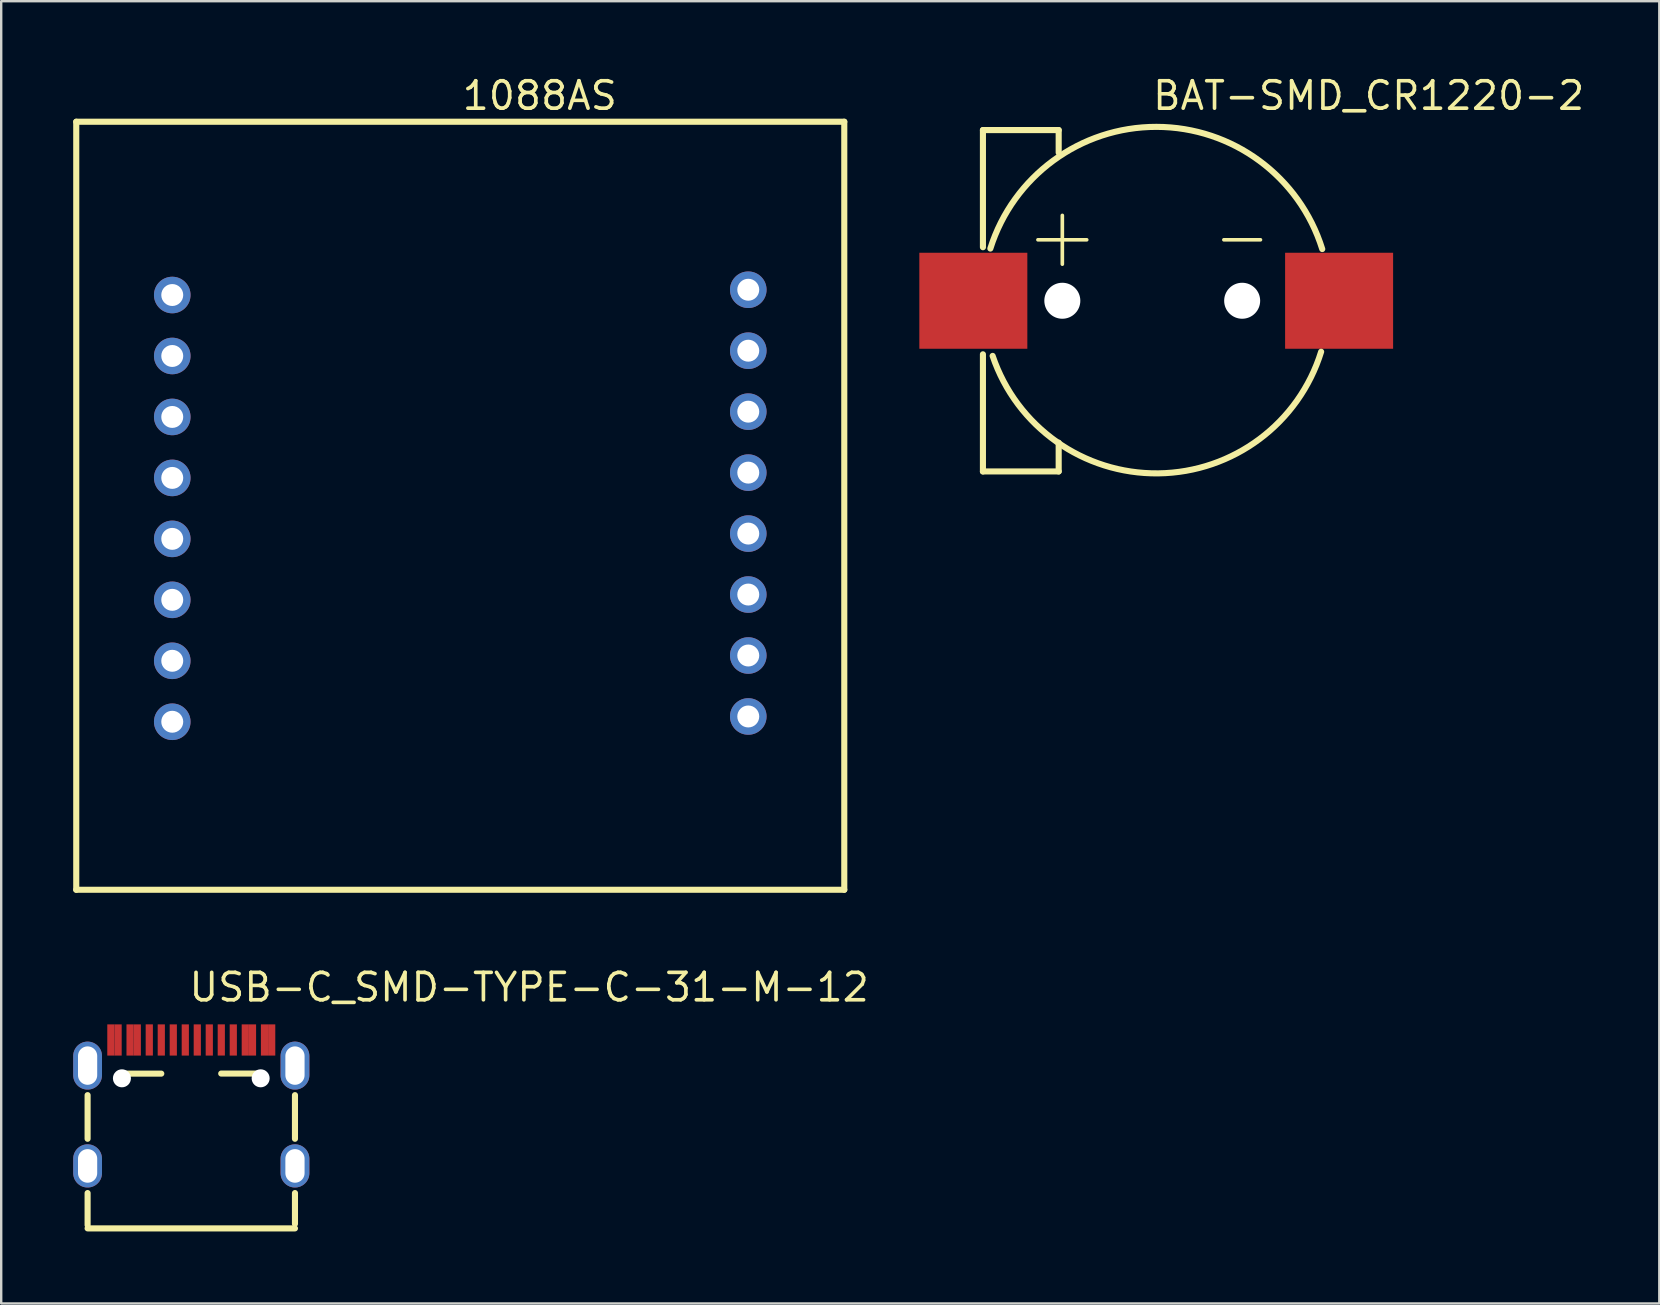
<source format=kicad_pcb>
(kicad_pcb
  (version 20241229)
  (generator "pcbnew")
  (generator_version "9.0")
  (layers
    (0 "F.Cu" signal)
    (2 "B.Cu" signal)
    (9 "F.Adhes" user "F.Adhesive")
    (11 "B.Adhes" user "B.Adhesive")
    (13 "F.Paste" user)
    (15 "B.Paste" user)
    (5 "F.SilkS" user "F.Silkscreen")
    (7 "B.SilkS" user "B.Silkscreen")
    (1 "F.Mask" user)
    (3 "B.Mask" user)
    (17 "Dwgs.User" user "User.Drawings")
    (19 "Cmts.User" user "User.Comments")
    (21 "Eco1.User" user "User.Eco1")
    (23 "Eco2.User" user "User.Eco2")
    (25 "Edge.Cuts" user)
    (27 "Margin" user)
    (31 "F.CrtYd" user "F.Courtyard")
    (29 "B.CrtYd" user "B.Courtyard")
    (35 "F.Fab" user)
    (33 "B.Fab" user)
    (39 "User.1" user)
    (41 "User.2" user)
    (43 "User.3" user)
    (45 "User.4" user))
  (footprint "BAT-SMD_CR1220-2"
    (layer "F.Cu")
    (at 45.124 9.481)
    (property "Reference" "BAT-SMD_CR1220-2" (at -0.229 -8.545 0) (layer "F.SilkS") (effects (font (size 1.143 1.143) (thickness 0.152)) (justify left)))
    (attr through_hole)
    (fp_line (start -7.22 -7.112) (end -7.22 -2.231) (stroke (width 0.254) (type solid)) (layer "F.SilkS"))
    (fp_line (start -7.22 2.231) (end -7.22 7.112) (stroke (width 0.254) (type solid)) (layer "F.SilkS"))
    (fp_line (start -7.22 7.112) (end -4.064 7.112) (stroke (width 0.254) (type solid)) (layer "F.SilkS"))
    (fp_line (start -4.928 -2.54) (end -2.896 -2.54) (stroke (width 0.152) (type solid)) (layer "F.SilkS"))
    (fp_line (start -4.064 -7.112) (end -7.22 -7.112) (stroke (width 0.254) (type solid)) (layer "F.SilkS"))
    (fp_line (start -4.064 -6.171) (end -4.064 -7.112) (stroke (width 0.254) (type solid)) (layer "F.SilkS"))
    (fp_line (start -4.064 7.112) (end -4.064 5.912) (stroke (width 0.254) (type solid)) (layer "F.SilkS"))
    (fp_line (start -3.912 -1.524) (end -3.912 -3.556) (stroke (width 0.152) (type solid)) (layer "F.SilkS"))
    (fp_line (start 2.819 -2.54) (end 4.343 -2.54) (stroke (width 0.152) (type solid)) (layer "F.SilkS"))
    (fp_arc (start -6.911035 -2.175104) (mid 0.011026 -7.245245) (end 6.917613 -2.154046) (stroke (width 0.254) (type solid)) (layer "F.SilkS"))
    (fp_arc (start 6.871487 2.123923) (mid 0.091181 7.191681) (end -6.81543 2.297455) (stroke (width 0.254) (type solid)) (layer "F.SilkS"))
    (pad "" np_thru_hole circle (at -3.912 0) (size 1.5 1.5) (drill 1.5) (layers "*.Cu" "*.Mask"))
    (pad "" np_thru_hole circle (at 3.581 0) (size 1.5 1.5) (drill 1.5) (layers "*.Cu" "*.Mask"))
    (pad "1" smd rect (at -7.62 0 180) (size 4.5 4) (layers "F.Cu" "F.Mask" "F.Paste"))
    (pad "2" smd rect (at 7.62 0 180) (size 4.5 4) (layers "F.Cu" "F.Mask" "F.Paste")))
  (footprint "USB-C_SMD-TYPE-C-31-M-12"
    (layer "F.Cu")
    (at 4.92 42.904)
    (property "Reference" "USB-C_SMD-TYPE-C-31-M-12" (at -0.175 -4.819 0) (layer "F.SilkS") (effects (font (size 1.143 1.143) (thickness 0.152)) (justify left)))
    (attr through_hole)
    (fp_line (start -4.32 1.493) (end -4.32 -0.325) (stroke (width 0.254) (type solid)) (layer "F.SilkS"))
    (fp_line (start -4.32 5.091) (end -4.32 3.755) (stroke (width 0.254) (type solid)) (layer "F.SilkS"))
    (fp_line (start -3 -1.221) (end -1.25 -1.221) (stroke (width 0.254) (type solid)) (layer "F.SilkS"))
    (fp_line (start 1.247 -1.224) (end 2.997 -1.224) (stroke (width 0.254) (type solid)) (layer "F.SilkS"))
    (fp_line (start 4.32 1.493) (end 4.32 -0.325) (stroke (width 0.254) (type solid)) (layer "F.SilkS"))
    (fp_line (start 4.32 5.04) (end 4.32 3.755) (stroke (width 0.254) (type solid)) (layer "F.SilkS"))
    (fp_line (start 4.32 5.227) (end -4.32 5.227) (stroke (width 0.254) (type solid)) (layer "F.SilkS"))
    (pad "" np_thru_hole circle (at -2.89 -1.026) (size 0.75 0.75) (drill 0.75) (layers "*.Cu" "*.Mask"))
    (pad "" np_thru_hole circle (at 2.89 -1.026) (size 0.75 0.75) (drill 0.75) (layers "*.Cu" "*.Mask"))
    (pad "0" thru_hole oval (at -4.32 -1.556) (size 1.2 2) (drill oval 0.8 1.6) (layers "*.Cu" "*.Mask"))
    (pad "0" thru_hole oval (at -4.32 2.624) (size 1.2 1.8) (drill oval 0.8 1.4) (layers "*.Cu" "*.Mask"))
    (pad "0" thru_hole oval (at 4.32 -1.556) (size 1.2 2) (drill oval 0.8 1.6) (layers "*.Cu" "*.Mask"))
    (pad "0" thru_hole oval (at 4.32 2.624) (size 1.2 1.8) (drill oval 0.8 1.4) (layers "*.Cu" "*.Mask"))
    (pad "A1" smd rect (at -3.35 -2.623) (size 0.3 1.3) (layers "F.Cu" "F.Mask" "F.Paste"))
    (pad "A4" smd rect (at -2.55 -2.623) (size 0.3 1.3) (layers "F.Cu" "F.Mask" "F.Paste"))
    (pad "A5" smd rect (at -1.25 -2.623) (size 0.3 1.3) (layers "F.Cu" "F.Mask" "F.Paste"))
    (pad "A6" smd rect (at -0.25 -2.623) (size 0.3 1.3) (layers "F.Cu" "F.Mask" "F.Paste"))
    (pad "A7" smd rect (at 0.25 -2.623) (size 0.3 1.3) (layers "F.Cu" "F.Mask" "F.Paste"))
    (pad "A8" smd rect (at 1.25 -2.624) (size 0.3 1.3) (layers "F.Cu" "F.Mask" "F.Paste"))
    (pad "A9" smd rect (at 2.55 -2.623) (size 0.3 1.3) (layers "F.Cu" "F.Mask" "F.Paste"))
    (pad "A12" smd rect (at 3.35 -2.623) (size 0.3 1.3) (layers "F.Cu" "F.Mask" "F.Paste"))
    (pad "B1" smd rect (at 3.05 -2.623) (size 0.3 1.3) (layers "F.Cu" "F.Mask" "F.Paste"))
    (pad "B4" smd rect (at 2.25 -2.623) (size 0.3 1.3) (layers "F.Cu" "F.Mask" "F.Paste"))
    (pad "B5" smd rect (at 1.75 -2.623) (size 0.3 1.3) (layers "F.Cu" "F.Mask" "F.Paste"))
    (pad "B6" smd rect (at 0.75 -2.623) (size 0.3 1.3) (layers "F.Cu" "F.Mask" "F.Paste"))
    (pad "B7" smd rect (at -0.75 -2.623) (size 0.3 1.3) (layers "F.Cu" "F.Mask" "F.Paste"))
    (pad "B8" smd rect (at -1.75 -2.624) (size 0.3 1.3) (layers "F.Cu" "F.Mask" "F.Paste"))
    (pad "B9" smd rect (at -2.25 -2.623) (size 0.3 1.3) (layers "F.Cu" "F.Mask" "F.Paste"))
    (pad "B12" smd rect (at -3.05 -2.623) (size 0.3 1.3) (layers "F.Cu" "F.Mask" "F.Paste")))
  (footprint "1088AS"
    (layer "F.Cu")
    (at 16.127 20.022)
    (property "Reference" "1088AS" (at 0 -19.086 0) (layer "F.SilkS") (effects (font (size 1.143 1.143) (thickness 0.152)) (justify left)))
    (attr through_hole)
    (fp_line (start -16 -18) (end 16 -18) (stroke (width 0.254) (type solid)) (layer "F.SilkS"))
    (fp_line (start -16 14) (end -16 -18) (stroke (width 0.254) (type solid)) (layer "F.SilkS"))
    (fp_line (start 16 -18) (end 16 14) (stroke (width 0.254) (type solid)) (layer "F.SilkS"))
    (fp_line (start 16 14) (end -16 14) (stroke (width 0.254) (type solid)) (layer "F.SilkS"))
    (pad "1" thru_hole circle (at -12 -10.78) (size 1.524 1.524) (drill 0.914) (layers "*.Cu" "*.Mask"))
    (pad "2" thru_hole circle (at -12 -8.24) (size 1.524 1.524) (drill 0.914) (layers "*.Cu" "*.Mask"))
    (pad "3" thru_hole circle (at -12 -5.7) (size 1.524 1.524) (drill 0.914) (layers "*.Cu" "*.Mask"))
    (pad "4" thru_hole circle (at -12 -3.16) (size 1.524 1.524) (drill 0.914) (layers "*.Cu" "*.Mask"))
    (pad "5" thru_hole circle (at -12 -0.62) (size 1.524 1.524) (drill 0.914) (layers "*.Cu" "*.Mask"))
    (pad "6" thru_hole circle (at -12 1.92) (size 1.524 1.524) (drill 0.914) (layers "*.Cu" "*.Mask"))
    (pad "7" thru_hole circle (at -12 4.46) (size 1.524 1.524) (drill 0.914) (layers "*.Cu" "*.Mask"))
    (pad "8" thru_hole circle (at -12 7) (size 1.524 1.524) (drill 0.914) (layers "*.Cu" "*.Mask"))
    (pad "9" thru_hole circle (at 12 6.78) (size 1.524 1.524) (drill 0.914) (layers "*.Cu" "*.Mask"))
    (pad "10" thru_hole circle (at 12 4.24) (size 1.524 1.524) (drill 0.914) (layers "*.Cu" "*.Mask"))
    (pad "11" thru_hole circle (at 12 1.7) (size 1.524 1.524) (drill 0.914) (layers "*.Cu" "*.Mask"))
    (pad "12" thru_hole circle (at 12 -0.84) (size 1.524 1.524) (drill 0.914) (layers "*.Cu" "*.Mask"))
    (pad "13" thru_hole circle (at 12 -3.38) (size 1.524 1.524) (drill 0.914) (layers "*.Cu" "*.Mask"))
    (pad "14" thru_hole circle (at 12 -5.92) (size 1.524 1.524) (drill 0.914) (layers "*.Cu" "*.Mask"))
    (pad "15" thru_hole circle (at 12 -8.46) (size 1.524 1.524) (drill 0.914) (layers "*.Cu" "*.Mask"))
    (pad "16" thru_hole circle (at 12 -11) (size 1.524 1.524) (drill 0.914) (layers "*.Cu" "*.Mask")))
  (gr_rect
    (start -3 -3)
    (end 66.085 51.258)
    (stroke (width 0.1) (type default))
    (fill no)
    (layer "Edge.Cuts")))
</source>
